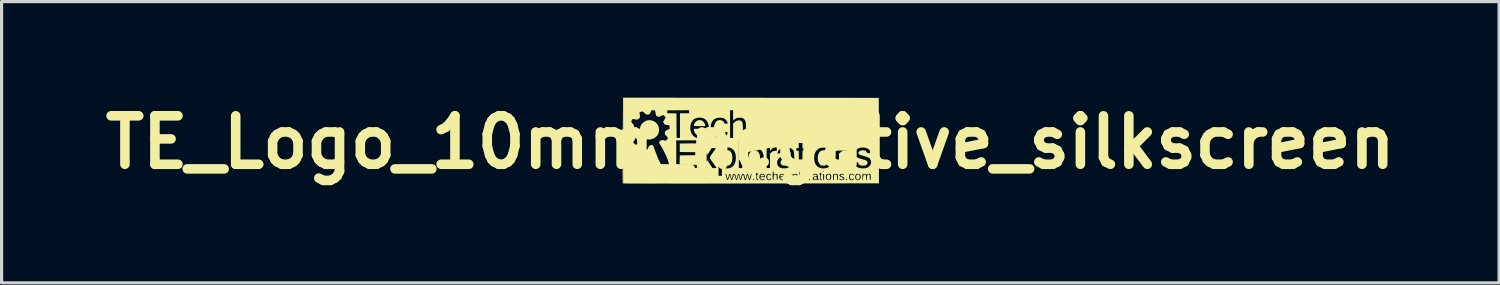
<source format=kicad_pcb>
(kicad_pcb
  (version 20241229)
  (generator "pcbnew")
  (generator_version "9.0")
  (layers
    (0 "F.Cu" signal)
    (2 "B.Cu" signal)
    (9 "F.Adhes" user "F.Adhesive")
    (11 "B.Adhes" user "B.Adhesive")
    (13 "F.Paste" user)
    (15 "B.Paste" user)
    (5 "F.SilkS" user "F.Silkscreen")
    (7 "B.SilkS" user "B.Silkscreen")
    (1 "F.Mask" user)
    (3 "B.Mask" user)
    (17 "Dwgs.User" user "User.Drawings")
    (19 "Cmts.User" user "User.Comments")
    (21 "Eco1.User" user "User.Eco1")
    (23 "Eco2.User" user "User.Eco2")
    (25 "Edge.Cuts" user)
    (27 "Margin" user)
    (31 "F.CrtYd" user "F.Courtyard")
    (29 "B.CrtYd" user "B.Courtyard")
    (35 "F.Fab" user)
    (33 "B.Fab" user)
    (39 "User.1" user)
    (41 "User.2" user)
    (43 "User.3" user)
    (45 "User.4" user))
  (footprint "TE_Logo_10mm_negative_silkscreen"
    (layer "F.Cu")
    (at 20.545 1.426)
    (property "Reference" "TE_Logo_10mm_negative_silkscreen" (at 0 0 0) (layer "F.SilkS") (effects (font (size 1.524 1.524) (thickness 0.3))))
    (attr board_only exclude_from_pos_files exclude_from_bom)
    (fp_poly (pts (xy -3.98 -1.421) (xy -3.985 -1.415) (xy -3.99 -1.421) (xy -3.985 -1.426)) (stroke (width 0) (type solid)) (fill yes) (layer "F.SilkS"))
    (fp_poly (pts (xy 4.065 1.272) (xy 4.06 1.277) (xy 4.054 1.272) (xy 4.06 1.266)) (stroke (width 0) (type solid)) (fill yes) (layer "F.SilkS"))
    (fp_poly (pts (xy 2.082 1.096) (xy 2.095 1.111) (xy 2.089 1.133) (xy 2.076 1.149) (xy 2.048 1.167) (xy 2.021 1.17) (xy 2.001 1.157) (xy 1.994 1.143) (xy 1.993 1.116) (xy 2.008 1.1) (xy 2.041 1.092) (xy 2.05 1.092)) (stroke (width 0) (type solid)) (fill yes) (layer "F.SilkS"))
    (fp_poly (pts (xy 1.026 1.016) (xy 1.043 1.032) (xy 1.05 1.055) (xy 1.04 1.068) (xy 1.013 1.074) (xy 0.995 1.075) (xy 0.965 1.073) (xy 0.945 1.067) (xy 0.942 1.064) (xy 0.94 1.044) (xy 0.953 1.025) (xy 0.978 1.013) (xy 0.995 1.011)) (stroke (width 0) (type solid)) (fill yes) (layer "F.SilkS"))
    (fp_poly (pts (xy 0.405 1.019) (xy 0.423 1.04) (xy 0.426 1.056) (xy 0.422 1.067) (xy 0.408 1.073) (xy 0.379 1.075) (xy 0.372 1.075) (xy 0.34 1.073) (xy 0.324 1.068) (xy 0.319 1.058) (xy 0.319 1.056) (xy 0.328 1.029) (xy 0.353 1.013) (xy 0.372 1.011)) (stroke (width 0) (type solid)) (fill yes) (layer "F.SilkS"))
    (fp_poly (pts (xy 1.435 1.017) (xy 1.451 1.036) (xy 1.457 1.072) (xy 1.458 1.091) (xy 1.455 1.124) (xy 1.449 1.15) (xy 1.445 1.158) (xy 1.42 1.17) (xy 1.391 1.166) (xy 1.368 1.147) (xy 1.354 1.114) (xy 1.353 1.078) (xy 1.363 1.045) (xy 1.381 1.021) (xy 1.408 1.011) (xy 1.408 1.011)) (stroke (width 0) (type solid)) (fill yes) (layer "F.SilkS"))
    (fp_poly (pts (xy 1.736 1.014) (xy 1.746 1.023) (xy 1.76 1.06) (xy 1.762 1.103) (xy 1.754 1.135) (xy 1.733 1.16) (xy 1.704 1.169) (xy 1.676 1.162) (xy 1.667 1.154) (xy 1.655 1.13) (xy 1.65 1.096) (xy 1.652 1.059) (xy 1.662 1.03) (xy 1.663 1.028) (xy 1.684 1.013) (xy 1.712 1.009)) (stroke (width 0) (type solid)) (fill yes) (layer "F.SilkS"))
    (fp_poly (pts (xy 2.47 1.006) (xy 2.485 1.015) (xy 2.502 1.031) (xy 2.51 1.052) (xy 2.511 1.081) (xy 2.508 1.127) (xy 2.495 1.156) (xy 2.473 1.169) (xy 2.457 1.171) (xy 2.433 1.167) (xy 2.418 1.152) (xy 2.41 1.134) (xy 2.4 1.091) (xy 2.406 1.051) (xy 2.426 1.02) (xy 2.433 1.014) (xy 2.453 1.004)) (stroke (width 0) (type solid)) (fill yes) (layer "F.SilkS"))
    (fp_poly (pts (xy 3.415 1.018) (xy 3.43 1.039) (xy 3.437 1.073) (xy 3.437 1.109) (xy 3.429 1.141) (xy 3.42 1.154) (xy 3.395 1.168) (xy 3.367 1.169) (xy 3.344 1.158) (xy 3.344 1.157) (xy 3.334 1.138) (xy 3.327 1.109) (xy 3.326 1.107) (xy 3.326 1.067) (xy 3.339 1.035) (xy 3.36 1.014) (xy 3.387 1.008)) (stroke (width 0) (type solid)) (fill yes) (layer "F.SilkS"))
    (fp_poly (pts (xy -1.54 -0.69) (xy -1.494 -0.665) (xy -1.456 -0.626) (xy -1.428 -0.572) (xy -1.421 -0.545) (xy -1.414 -0.511) (xy -1.595 -0.511) (xy -1.662 -0.511) (xy -1.711 -0.512) (xy -1.744 -0.514) (xy -1.764 -0.516) (xy -1.774 -0.521) (xy -1.777 -0.527) (xy -1.777 -0.527) (xy -1.773 -0.547) (xy -1.763 -0.576) (xy -1.761 -0.583) (xy -1.729 -0.637) (xy -1.687 -0.674) (xy -1.64 -0.695) (xy -1.589 -0.7)) (stroke (width 0) (type solid)) (fill yes) (layer "F.SilkS"))
    (fp_poly (pts (xy 1.277 0.574) (xy 1.276 0.613) (xy 1.273 0.638) (xy 1.264 0.655) (xy 1.248 0.671) (xy 1.242 0.676) (xy 1.211 0.699) (xy 1.178 0.718) (xy 1.174 0.72) (xy 1.128 0.732) (xy 1.077 0.734) (xy 1.027 0.727) (xy 0.993 0.714) (xy 0.962 0.687) (xy 0.949 0.652) (xy 0.952 0.611) (xy 0.97 0.571) (xy 1.007 0.539) (xy 1.061 0.517) (xy 1.133 0.504) (xy 1.2 0.5) (xy 1.277 0.5)) (stroke (width 0) (type solid)) (fill yes) (layer "F.SilkS"))
    (fp_poly (pts (xy 0.164 0.251) (xy 0.215 0.273) (xy 0.247 0.3) (xy 0.277 0.346) (xy 0.297 0.405) (xy 0.306 0.471) (xy 0.304 0.539) (xy 0.291 0.602) (xy 0.275 0.641) (xy 0.237 0.689) (xy 0.19 0.721) (xy 0.136 0.735) (xy 0.079 0.729) (xy 0.042 0.715) (xy 0.002 0.682) (xy -0.028 0.634) (xy -0.047 0.572) (xy -0.053 0.501) (xy -0.05 0.432) (xy -0.04 0.378) (xy -0.021 0.335) (xy 0.007 0.299) (xy 0.01 0.296) (xy 0.057 0.263) (xy 0.11 0.248)) (stroke (width 0) (type solid)) (fill yes) (layer "F.SilkS"))
    (fp_poly (pts (xy 2.358 0.259) (xy 2.406 0.286) (xy 2.442 0.329) (xy 2.466 0.39) (xy 2.477 0.468) (xy 2.477 0.542) (xy 2.466 0.601) (xy 2.443 0.65) (xy 2.416 0.684) (xy 2.391 0.709) (xy 2.37 0.722) (xy 2.342 0.729) (xy 2.313 0.731) (xy 2.275 0.731) (xy 2.243 0.728) (xy 2.229 0.725) (xy 2.188 0.696) (xy 2.155 0.65) (xy 2.132 0.592) (xy 2.12 0.523) (xy 2.12 0.459) (xy 2.132 0.384) (xy 2.158 0.325) (xy 2.195 0.283) (xy 2.244 0.258) (xy 2.298 0.25)) (stroke (width 0) (type solid)) (fill yes) (layer "F.SilkS"))
    (fp_poly (pts (xy -0.656 0.264) (xy -0.618 0.296) (xy -0.61 0.307) (xy -0.585 0.358) (xy -0.571 0.418) (xy -0.566 0.483) (xy -0.571 0.549) (xy -0.584 0.61) (xy -0.606 0.662) (xy -0.636 0.701) (xy -0.651 0.713) (xy -0.696 0.729) (xy -0.748 0.733) (xy -0.798 0.724) (xy -0.814 0.717) (xy -0.844 0.7) (xy -0.865 0.685) (xy -0.879 0.667) (xy -0.888 0.642) (xy -0.892 0.607) (xy -0.894 0.557) (xy -0.894 0.504) (xy -0.894 0.351) (xy -0.852 0.309) (xy -0.803 0.272) (xy -0.752 0.252) (xy -0.702 0.249)) (stroke (width 0) (type solid)) (fill yes) (layer "F.SilkS"))
    (fp_poly (pts (xy -3.125 -0.694) (xy -3.05 -0.671) (xy -3.041 -0.667) (xy -2.972 -0.623) (xy -2.921 -0.566) (xy -2.887 -0.498) (xy -2.871 -0.42) (xy -2.871 -0.393) (xy -2.879 -0.317) (xy -2.904 -0.251) (xy -2.948 -0.191) (xy -2.958 -0.181) (xy -3.016 -0.136) (xy -3.082 -0.105) (xy -3.151 -0.09) (xy -3.219 -0.092) (xy -3.251 -0.099) (xy -3.31 -0.123) (xy -3.355 -0.151) (xy -3.397 -0.19) (xy -3.402 -0.196) (xy -3.446 -0.261) (xy -3.471 -0.332) (xy -3.478 -0.406) (xy -3.465 -0.479) (xy -3.434 -0.548) (xy -3.404 -0.59) (xy -3.343 -0.644) (xy -3.275 -0.68) (xy -3.201 -0.697)) (stroke (width 0) (type solid)) (fill yes) (layer "F.SilkS"))
    (fp_poly (pts (xy -4.012 -0.053) (xy -4.006 1.293) (xy 0.016 1.298) (xy 4.038 1.304) (xy 0.021 1.306) (xy -0.343 1.306) (xy -0.686 1.307) (xy -1.009 1.307) (xy -1.312 1.307) (xy -1.596 1.307) (xy -1.861 1.307) (xy -2.108 1.307) (xy -2.337 1.307) (xy -2.549 1.307) (xy -2.744 1.306) (xy -2.923 1.306) (xy -3.087 1.306) (xy -3.235 1.305) (xy -3.368 1.305) (xy -3.487 1.304) (xy -3.593 1.304) (xy -3.685 1.303) (xy -3.765 1.303) (xy -3.832 1.302) (xy -3.888 1.301) (xy -3.932 1.3) (xy -3.966 1.299) (xy -3.99 1.298) (xy -4.004 1.297) (xy -4.01 1.296) (xy -4.011 1.289) (xy -4.013 1.273) (xy -4.015 1.246) (xy -4.016 1.207) (xy -4.017 1.156) (xy -4.018 1.091) (xy -4.019 1.013) (xy -4.02 0.919) (xy -4.02 0.81) (xy -4.02 0.684) (xy -4.02 0.54) (xy -4.02 0.378) (xy -4.02 0.196) (xy -4.02 -0.006) (xy -4.02 -0.058) (xy -4.017 -1.399)) (stroke (width 0) (type solid)) (fill yes) (layer "F.SilkS"))
    (fp_poly (pts (xy 0.019 -1.402) (xy 4.038 -1.399) (xy 4.041 -0.056) (xy 4.044 1.288) (xy -4.001 1.288) (xy -4.001 -0.364) (xy -3.804 -0.364) (xy -3.804 -0.25) (xy -3.727 -0.239) (xy -3.689 -0.232) (xy -3.66 -0.227) (xy -3.647 -0.223) (xy -3.646 -0.223) (xy -3.62 -0.185) (xy -3.61 -0.153) (xy -3.614 -0.121) (xy -3.634 -0.082) (xy -3.645 -0.067) (xy -3.664 -0.037) (xy -3.678 -0.013) (xy -3.682 -0.003) (xy -3.675 0.01) (xy -3.657 0.03) (xy -3.644 0.043) (xy -3.607 0.079) (xy -3.538 0.045) (xy -3.501 0.027) (xy -3.477 0.018) (xy -3.459 0.017) (xy -3.44 0.022) (xy -3.433 0.025) (xy -3.394 0.049) (xy -3.372 0.083) (xy -3.363 0.132) (xy -3.363 0.145) (xy -3.36 0.184) (xy -3.35 0.207) (xy -3.326 0.22) (xy -3.291 0.227) (xy -3.246 0.234) (xy -3.214 0.171) (xy -3.189 0.128) (xy -3.166 0.102) (xy -3.139 0.089) (xy -3.104 0.085) (xy -3.102 0.085) (xy -3.089 0.085) (xy -3.079 0.086) (xy -3.07 0.09) (xy -3.061 0.1) (xy -3.051 0.118) (xy -3.039 0.146) (xy -3.023 0.187) (xy -3.003 0.242) (xy -2.976 0.315) (xy -2.969 0.335) (xy -2.924 0.454) (xy -2.881 0.553) (xy -2.839 0.637) (xy -2.798 0.706) (xy -2.758 0.761) (xy -2.719 0.806) (xy -2.686 0.835) (xy -2.656 0.848) (xy -2.625 0.847) (xy -2.602 0.841) (xy -2.577 0.823) (xy -2.559 0.795) (xy -2.552 0.753) (xy -2.557 0.695) (xy -2.574 0.622) (xy -2.603 0.536) (xy -2.644 0.436) (xy -2.696 0.325) (xy -2.724 0.27) (xy -2.754 0.214) (xy -2.784 0.159) (xy -2.811 0.112) (xy -2.833 0.076) (xy -2.837 0.07) (xy -2.858 0.037) (xy -2.868 0.014) (xy -2.869 -0.002) (xy -2.864 -0.016) (xy -2.847 -0.038) (xy -2.819 -0.058) (xy -2.814 -0.061) (xy -2.786 -0.071) (xy -2.761 -0.073) (xy -2.729 -0.066) (xy -2.695 -0.058) (xy -2.668 -0.054) (xy -2.661 -0.053) (xy -2.643 -0.062) (xy -2.641 -0.064) (xy -2.33 -0.064) (xy -2.33 0.809) (xy -1.68 0.809) (xy -1.681 0.802) (xy -1.639 0.802) (xy -1.629 0.806) (xy -1.604 0.808) (xy -1.575 0.809) (xy -1.511 0.809) (xy -1.462 0.732) (xy -1.435 0.689) (xy -1.408 0.646) (xy -1.386 0.612) (xy -1.383 0.608) (xy -1.353 0.561) (xy -1.273 0.685) (xy -1.192 0.809) (xy -1.128 0.809) (xy -1.094 0.808) (xy -1.071 0.805) (xy -1.064 0.803) (xy -1.07 0.792) (xy -1.086 0.768) (xy -1.111 0.732) (xy -1.142 0.688) (xy -1.168 0.651) (xy -1.204 0.602) (xy -1.235 0.558) (xy -1.259 0.523) (xy -1.276 0.5) (xy -1.281 0.492) (xy -1.278 0.477) (xy -1.262 0.448) (xy -1.234 0.403) (xy -1.194 0.345) (xy -1.187 0.336) (xy -1.153 0.288) (xy -1.124 0.246) (xy -1.102 0.213) (xy -1.088 0.192) (xy -1.085 0.187) (xy -1.095 0.184) (xy -1.12 0.182) (xy -1.152 0.181) (xy -1.218 0.181) (xy -1.28 0.282) (xy -1.306 0.323) (xy -1.328 0.357) (xy -1.343 0.38) (xy -1.35 0.387) (xy -1.358 0.381) (xy -1.375 0.359) (xy -1.397 0.326) (xy -1.422 0.289) (xy -1.486 0.186) (xy -1.557 0.183) (xy -1.606 0.181) (xy -1 0.181) (xy -1 1.053) (xy -0.894 1.053) (xy -0.894 0.997) (xy -0.785 0.997) (xy -0.784 1.005) (xy -0.778 1.022) (xy -0.769 1.054) (xy -0.758 1.094) (xy -0.754 1.107) (xy -0.739 1.156) (xy -0.725 1.183) (xy -0.712 1.19) (xy -0.699 1.175) (xy -0.685 1.14) (xy -0.677 1.109) (xy -0.666 1.072) (xy -0.657 1.045) (xy -0.65 1.032) (xy -0.65 1.032) (xy -0.644 1.042) (xy -0.635 1.067) (xy -0.626 1.103) (xy -0.623 1.113) (xy -0.611 1.159) (xy -0.598 1.185) (xy -0.586 1.191) (xy -0.572 1.176) (xy -0.557 1.14) (xy -0.543 1.093) (xy -0.53 1.052) (xy -0.52 1.021) (xy -0.512 1.003) (xy -0.51 1) (xy -0.505 1.01) (xy -0.495 1.035) (xy -0.484 1.072) (xy -0.478 1.093) (xy -0.461 1.147) (xy -0.447 1.179) (xy -0.434 1.191) (xy -0.421 1.182) (xy -0.409 1.153) (xy -0.399 1.115) (xy -0.389 1.076) (xy -0.38 1.045) (xy -0.375 1.028) (xy -0.374 1.027) (xy -0.369 1.032) (xy -0.361 1.053) (xy -0.35 1.087) (xy -0.347 1.102) (xy -0.332 1.152) (xy -0.318 1.182) (xy -0.305 1.19) (xy -0.292 1.177) (xy -0.278 1.144) (xy -0.266 1.101) (xy -0.254 1.06) (xy -0.243 1.027) (xy -0.235 1.008) (xy -0.233 1.005) (xy -0.226 1.012) (xy -0.217 1.034) (xy -0.205 1.068) (xy -0.194 1.109) (xy -0.185 1.15) (xy -0.175 1.175) (xy -0.16 1.19) (xy -0.145 1.191) (xy -0.142 1.189) (xy -0.137 1.176) (xy -0.129 1.149) (xy -0.118 1.112) (xy -0.117 1.107) (xy -0.107 1.069) (xy -0.098 1.04) (xy -0.093 1.026) (xy -0.092 1.025) (xy -0.088 1.032) (xy -0.08 1.056) (xy -0.071 1.091) (xy -0.068 1.102) (xy -0.054 1.151) (xy -0.039 1.182) (xy -0.025 1.193) (xy -0.015 1.189) (xy -0.009 1.176) (xy -0.007 1.171) (xy 0.085 1.171) (xy 0.092 1.188) (xy 0.101 1.192) (xy 0.114 1.183) (xy 0.117 1.171) (xy 0.11 1.153) (xy 0.101 1.149) (xy 0.088 1.158) (xy 0.085 1.171) (xy -0.007 1.171) (xy 0.000088 1.149) (xy 0.011 1.113) (xy 0.021 1.073) (xy 0.03 1.036) (xy 0.036 1.008) (xy 0.037 1) (xy 0.16 1) (xy 0.168 1.01) (xy 0.176 1.011) (xy 0.184 1.015) (xy 0.189 1.03) (xy 0.191 1.059) (xy 0.192 1.094) (xy 0.192 1.135) (xy 0.195 1.166) (xy 0.198 1.183) (xy 0.199 1.185) (xy 0.214 1.191) (xy 0.235 1.191) (xy 0.252 1.186) (xy 0.255 1.181) (xy 0.247 1.172) (xy 0.241 1.171) (xy 0.227 1.165) (xy 0.218 1.146) (xy 0.214 1.111) (xy 0.213 1.096) (xy 0.283 1.096) (xy 0.285 1.115) (xy 0.3 1.151) (xy 0.328 1.177) (xy 0.365 1.19) (xy 0.403 1.189) (xy 0.43 1.175) (xy 0.444 1.16) (xy 0.44 1.149) (xy 0.426 1.145) (xy 0.415 1.154) (xy 0.391 1.169) (xy 0.362 1.168) (xy 0.335 1.153) (xy 0.316 1.126) (xy 0.314 1.12) (xy 0.312 1.108) (xy 0.316 1.1) (xy 0.331 1.097) (xy 0.361 1.096) (xy 0.382 1.096) (xy 0.422 1.095) (xy 0.444 1.093) (xy 0.455 1.087) (xy 0.456 1.081) (xy 0.499 1.081) (xy 0.504 1.123) (xy 0.52 1.158) (xy 0.526 1.166) (xy 0.56 1.187) (xy 0.597 1.191) (xy 0.631 1.177) (xy 0.638 1.171) (xy 0.654 1.151) (xy 0.66 1.139) (xy 0.653 1.128) (xy 0.639 1.131) (xy 0.623 1.145) (xy 0.62 1.149) (xy 0.598 1.167) (xy 0.571 1.168) (xy 0.549 1.154) (xy 0.538 1.132) (xy 0.533 1.099) (xy 0.533 1.064) (xy 0.535 1.054) (xy 0.702 1.054) (xy 0.703 1.114) (xy 0.704 1.154) (xy 0.707 1.178) (xy 0.712 1.189) (xy 0.716 1.189) (xy 0.724 1.176) (xy 0.73 1.143) (xy 0.732 1.112) (xy 0.736 1.064) (xy 0.744 1.033) (xy 0.758 1.017) (xy 0.779 1.011) (xy 0.788 1.011) (xy 0.807 1.013) (xy 0.819 1.023) (xy 0.826 1.044) (xy 0.829 1.08) (xy 0.83 1.119) (xy 0.831 1.16) (xy 0.835 1.183) (xy 0.841 1.19) (xy 0.843 1.189) (xy 0.851 1.177) (xy 0.857 1.149) (xy 0.86 1.113) (xy 0.86 1.108) (xy 0.907 1.108) (xy 0.921 1.147) (xy 0.945 1.176) (xy 0.978 1.192) (xy 1.014 1.192) (xy 1.035 1.182) (xy 1.119 1.182) (xy 1.12 1.19) (xy 1.128 1.192) (xy 1.139 1.184) (xy 1.157 1.163) (xy 1.166 1.149) (xy 1.184 1.124) (xy 1.196 1.109) (xy 1.198 1.107) (xy 1.206 1.115) (xy 1.22 1.135) (xy 1.229 1.149) (xy 1.248 1.174) (xy 1.266 1.19) (xy 1.272 1.192) (xy 1.279 1.187) (xy 1.274 1.172) (xy 1.256 1.145) (xy 1.245 1.128) (xy 1.324 1.128) (xy 1.324 1.187) (xy 1.325 1.227) (xy 1.328 1.252) (xy 1.332 1.264) (xy 1.337 1.266) (xy 1.347 1.257) (xy 1.351 1.23) (xy 1.351 1.218) (xy 1.354 1.186) (xy 1.362 1.171) (xy 1.373 1.174) (xy 1.378 1.181) (xy 1.395 1.191) (xy 1.422 1.191) (xy 1.45 1.183) (xy 1.468 1.171) (xy 1.483 1.144) (xy 1.49 1.106) (xy 1.489 1.064) (xy 1.487 1.053) (xy 1.543 1.053) (xy 1.544 1.113) (xy 1.546 1.157) (xy 1.55 1.184) (xy 1.554 1.192) (xy 1.558 1.182) (xy 1.562 1.152) (xy 1.563 1.114) (xy 1.618 1.114) (xy 1.622 1.136) (xy 1.633 1.154) (xy 1.642 1.164) (xy 1.678 1.187) (xy 1.719 1.19) (xy 1.75 1.179) (xy 1.774 1.158) (xy 1.788 1.123) (xy 1.792 1.091) (xy 1.841 1.091) (xy 1.841 1.139) (xy 1.844 1.169) (xy 1.848 1.186) (xy 1.855 1.192) (xy 1.857 1.192) (xy 1.866 1.187) (xy 1.871 1.171) (xy 1.873 1.139) (xy 1.873 1.125) (xy 1.958 1.125) (xy 1.963 1.154) (xy 1.976 1.172) (xy 2.003 1.189) (xy 2.037 1.189) (xy 2.067 1.173) (xy 2.083 1.161) (xy 2.092 1.164) (xy 2.098 1.173) (xy 2.112 1.186) (xy 2.131 1.192) (xy 2.146 1.189) (xy 2.149 1.181) (xy 2.142 1.171) (xy 2.14 1.171) (xy 2.135 1.161) (xy 2.13 1.135) (xy 2.127 1.099) (xy 2.126 1.097) (xy 2.121 1.048) (xy 2.112 1.016) (xy 2.094 0.998) (xy 2.092 0.997) (xy 2.16 0.997) (xy 2.166 1.003) (xy 2.173 1.006) (xy 2.183 1.013) (xy 2.189 1.028) (xy 2.191 1.056) (xy 2.192 1.095) (xy 2.193 1.135) (xy 2.195 1.167) (xy 2.198 1.184) (xy 2.199 1.185) (xy 2.215 1.191) (xy 2.236 1.191) (xy 2.252 1.186) (xy 2.256 1.181) (xy 2.247 1.172) (xy 2.241 1.171) (xy 2.227 1.165) (xy 2.218 1.146) (xy 2.214 1.111) (xy 2.214 1.084) (xy 2.288 1.084) (xy 2.289 1.126) (xy 2.291 1.161) (xy 2.293 1.181) (xy 2.295 1.185) (xy 2.306 1.191) (xy 2.313 1.184) (xy 2.318 1.161) (xy 2.32 1.119) (xy 2.32 1.092) (xy 2.373 1.092) (xy 2.375 1.128) (xy 2.382 1.15) (xy 2.397 1.167) (xy 2.401 1.17) (xy 2.44 1.189) (xy 2.479 1.188) (xy 2.515 1.168) (xy 2.517 1.166) (xy 2.535 1.142) (xy 2.542 1.113) (xy 2.543 1.091) (xy 2.596 1.091) (xy 2.597 1.138) (xy 2.6 1.173) (xy 2.605 1.19) (xy 2.607 1.192) (xy 2.619 1.185) (xy 2.619 1.184) (xy 2.621 1.17) (xy 2.622 1.141) (xy 2.623 1.11) (xy 2.628 1.061) (xy 2.638 1.03) (xy 2.657 1.015) (xy 2.682 1.011) (xy 2.701 1.013) (xy 2.714 1.023) (xy 2.721 1.044) (xy 2.724 1.08) (xy 2.724 1.119) (xy 2.725 1.16) (xy 2.729 1.183) (xy 2.736 1.19) (xy 2.737 1.189) (xy 2.745 1.177) (xy 2.75 1.154) (xy 2.799 1.154) (xy 2.808 1.173) (xy 2.832 1.186) (xy 2.864 1.191) (xy 2.898 1.189) (xy 2.929 1.178) (xy 2.938 1.172) (xy 2.939 1.171) (xy 3.011 1.171) (xy 3.018 1.188) (xy 3.027 1.192) (xy 3.04 1.183) (xy 3.043 1.171) (xy 3.037 1.153) (xy 3.027 1.149) (xy 3.014 1.158) (xy 3.011 1.171) (xy 2.939 1.171) (xy 2.955 1.154) (xy 2.956 1.134) (xy 2.953 1.122) (xy 2.94 1.101) (xy 2.916 1.085) (xy 2.905 1.081) (xy 3.101 1.081) (xy 3.104 1.122) (xy 3.116 1.158) (xy 3.137 1.181) (xy 3.173 1.191) (xy 3.213 1.185) (xy 3.232 1.175) (xy 3.25 1.158) (xy 3.256 1.143) (xy 3.251 1.129) (xy 3.237 1.134) (xy 3.221 1.149) (xy 3.196 1.168) (xy 3.172 1.169) (xy 3.151 1.155) (xy 3.136 1.129) (xy 3.131 1.1) (xy 3.295 1.1) (xy 3.305 1.141) (xy 3.32 1.165) (xy 3.354 1.188) (xy 3.393 1.191) (xy 3.43 1.177) (xy 3.443 1.166) (xy 3.46 1.143) (xy 3.468 1.116) (xy 3.469 1.091) (xy 3.522 1.091) (xy 3.523 1.138) (xy 3.526 1.173) (xy 3.531 1.19) (xy 3.533 1.192) (xy 3.538 1.182) (xy 3.542 1.156) (xy 3.543 1.125) (xy 3.548 1.069) (xy 3.563 1.031) (xy 3.587 1.013) (xy 3.601 1.011) (xy 3.619 1.014) (xy 3.63 1.025) (xy 3.636 1.049) (xy 3.639 1.088) (xy 3.639 1.118) (xy 3.641 1.156) (xy 3.644 1.182) (xy 3.65 1.192) (xy 3.656 1.191) (xy 3.66 1.186) (xy 3.663 1.172) (xy 3.664 1.146) (xy 3.666 1.109) (xy 3.671 1.06) (xy 3.682 1.029) (xy 3.701 1.014) (xy 3.719 1.011) (xy 3.736 1.014) (xy 3.747 1.026) (xy 3.753 1.049) (xy 3.756 1.089) (xy 3.756 1.119) (xy 3.757 1.16) (xy 3.761 1.183) (xy 3.768 1.19) (xy 3.77 1.189) (xy 3.778 1.177) (xy 3.784 1.149) (xy 3.786 1.113) (xy 3.786 1.074) (xy 3.782 1.039) (xy 3.78 1.03) (xy 3.77 1.005) (xy 3.753 0.994) (xy 3.736 0.992) (xy 3.699 0.996) (xy 3.681 1.006) (xy 3.666 1.018) (xy 3.658 1.015) (xy 3.654 1.007) (xy 3.64 0.995) (xy 3.614 0.99) (xy 3.586 0.993) (xy 3.566 1.003) (xy 3.553 1.011) (xy 3.547 1.003) (xy 3.538 0.988) (xy 3.531 0.993) (xy 3.526 1.017) (xy 3.523 1.058) (xy 3.522 1.091) (xy 3.469 1.091) (xy 3.469 1.086) (xy 3.464 1.039) (xy 3.446 1.009) (xy 3.415 0.993) (xy 3.379 0.99) (xy 3.346 0.992) (xy 3.326 1.001) (xy 3.313 1.017) (xy 3.298 1.056) (xy 3.295 1.1) (xy 3.131 1.1) (xy 3.13 1.095) (xy 3.133 1.056) (xy 3.139 1.038) (xy 3.152 1.018) (xy 3.176 1.011) (xy 3.182 1.011) (xy 3.208 1.016) (xy 3.22 1.027) (xy 3.232 1.039) (xy 3.247 1.043) (xy 3.256 1.036) (xy 3.256 1.033) (xy 3.247 1.012) (xy 3.223 0.998) (xy 3.192 0.991) (xy 3.16 0.992) (xy 3.132 1.003) (xy 3.125 1.009) (xy 3.108 1.041) (xy 3.101 1.081) (xy 2.905 1.081) (xy 2.889 1.075) (xy 2.855 1.061) (xy 2.839 1.047) (xy 2.836 1.037) (xy 2.842 1.021) (xy 2.863 1.014) (xy 2.871 1.013) (xy 2.9 1.014) (xy 2.922 1.022) (xy 2.922 1.022) (xy 2.939 1.03) (xy 2.945 1.023) (xy 2.937 1.006) (xy 2.916 0.994) (xy 2.884 0.99) (xy 2.85 0.992) (xy 2.822 1.001) (xy 2.815 1.006) (xy 2.799 1.032) (xy 2.804 1.057) (xy 2.83 1.079) (xy 2.87 1.097) (xy 2.905 1.113) (xy 2.924 1.131) (xy 2.925 1.15) (xy 2.914 1.161) (xy 2.887 1.17) (xy 2.856 1.168) (xy 2.832 1.157) (xy 2.83 1.155) (xy 2.813 1.14) (xy 2.801 1.143) (xy 2.799 1.154) (xy 2.75 1.154) (xy 2.751 1.149) (xy 2.754 1.113) (xy 2.754 1.075) (xy 2.751 1.04) (xy 2.746 1.018) (xy 2.735 0.999) (xy 2.717 0.991) (xy 2.695 0.99) (xy 2.664 0.993) (xy 2.642 1.001) (xy 2.64 1.003) (xy 2.627 1.011) (xy 2.621 1.003) (xy 2.612 0.988) (xy 2.605 0.993) (xy 2.6 1.017) (xy 2.597 1.058) (xy 2.596 1.091) (xy 2.543 1.091) (xy 2.543 1.088) (xy 2.539 1.041) (xy 2.524 1.01) (xy 2.497 0.994) (xy 2.458 0.99) (xy 2.418 0.994) (xy 2.392 1.01) (xy 2.378 1.041) (xy 2.373 1.088) (xy 2.373 1.092) (xy 2.32 1.092) (xy 2.32 1.091) (xy 2.319 1.043) (xy 2.317 1.012) (xy 2.313 0.996) (xy 2.306 0.99) (xy 2.304 0.99) (xy 2.296 0.993) (xy 2.291 1.007) (xy 2.289 1.035) (xy 2.288 1.079) (xy 2.288 1.084) (xy 2.214 1.084) (xy 2.213 1.074) (xy 2.214 1.039) (xy 2.218 1.02) (xy 2.225 1.012) (xy 2.235 1.011) (xy 2.252 1.006) (xy 2.256 1) (xy 2.247 0.991) (xy 2.239 0.99) (xy 2.223 0.981) (xy 2.216 0.968) (xy 2.207 0.951) (xy 2.197 0.948) (xy 2.192 0.962) (xy 2.192 0.962) (xy 2.184 0.98) (xy 2.173 0.988) (xy 2.16 0.997) (xy 2.092 0.997) (xy 2.067 0.99) (xy 2.048 0.99) (xy 2.016 0.993) (xy 1.99 1.003) (xy 1.975 1.016) (xy 1.975 1.028) (xy 1.981 1.033) (xy 1.997 1.034) (xy 2.004 1.026) (xy 2.021 1.014) (xy 2.047 1.012) (xy 2.073 1.018) (xy 2.085 1.026) (xy 2.095 1.047) (xy 2.085 1.062) (xy 2.054 1.07) (xy 2.044 1.071) (xy 2.001 1.08) (xy 1.972 1.099) (xy 1.958 1.125) (xy 1.873 1.125) (xy 1.873 1.122) (xy 1.876 1.068) (xy 1.885 1.033) (xy 1.9 1.014) (xy 1.916 1.011) (xy 1.933 1.006) (xy 1.937 1) (xy 1.929 0.991) (xy 1.91 0.991) (xy 1.891 0.998) (xy 1.886 1.002) (xy 1.875 1.01) (xy 1.873 1.002) (xy 1.864 0.991) (xy 1.857 0.99) (xy 1.849 0.993) (xy 1.844 1.006) (xy 1.842 1.033) (xy 1.841 1.076) (xy 1.841 1.091) (xy 1.792 1.091) (xy 1.793 1.083) (xy 1.787 1.042) (xy 1.769 1.009) (xy 1.769 1.008) (xy 1.746 0.995) (xy 1.712 0.99) (xy 1.676 0.992) (xy 1.647 1.002) (xy 1.644 1.004) (xy 1.63 1.024) (xy 1.622 1.061) (xy 1.62 1.078) (xy 1.618 1.114) (xy 1.563 1.114) (xy 1.564 1.106) (xy 1.564 1.053) (xy 1.563 0.994) (xy 1.561 0.95) (xy 1.558 0.926) (xy 2.288 0.926) (xy 2.296 0.935) (xy 2.304 0.936) (xy 2.318 0.931) (xy 2.32 0.926) (xy 2.311 0.916) (xy 2.304 0.915) (xy 2.29 0.921) (xy 2.288 0.926) (xy 1.558 0.926) (xy 1.558 0.923) (xy 1.554 0.915) (xy 1.549 0.925) (xy 1.546 0.955) (xy 1.544 1.001) (xy 1.543 1.053) (xy 1.487 1.053) (xy 1.481 1.027) (xy 1.473 1.013) (xy 1.45 0.996) (xy 1.417 0.989) (xy 1.386 0.995) (xy 1.373 1.003) (xy 1.361 1.011) (xy 1.355 1.003) (xy 1.342 0.991) (xy 1.337 0.99) (xy 1.332 0.997) (xy 1.328 1.022) (xy 1.325 1.064) (xy 1.324 1.127) (xy 1.324 1.128) (xy 1.245 1.128) (xy 1.238 1.116) (xy 1.226 1.094) (xy 1.224 1.086) (xy 1.229 1.07) (xy 1.243 1.045) (xy 1.25 1.034) (xy 1.266 1.007) (xy 1.267 0.992) (xy 1.264 0.991) (xy 1.249 0.995) (xy 1.24 1.005) (xy 1.225 1.029) (xy 1.212 1.046) (xy 1.201 1.058) (xy 1.192 1.058) (xy 1.181 1.043) (xy 1.171 1.028) (xy 1.153 1.004) (xy 1.136 0.991) (xy 1.132 0.99) (xy 1.126 0.995) (xy 1.134 1.013) (xy 1.149 1.037) (xy 1.182 1.085) (xy 1.15 1.133) (xy 1.129 1.164) (xy 1.119 1.182) (xy 1.035 1.182) (xy 1.052 1.174) (xy 1.054 1.172) (xy 1.069 1.156) (xy 1.067 1.146) (xy 1.052 1.147) (xy 1.043 1.155) (xy 1.019 1.169) (xy 0.989 1.169) (xy 0.962 1.156) (xy 0.953 1.147) (xy 0.939 1.123) (xy 0.938 1.108) (xy 0.953 1.1) (xy 0.986 1.096) (xy 1.012 1.096) (xy 1.088 1.096) (xy 1.081 1.062) (xy 1.066 1.021) (xy 1.04 0.998) (xy 1 0.99) (xy 0.995 0.99) (xy 0.953 0.996) (xy 0.926 1.018) (xy 0.91 1.057) (xy 0.909 1.062) (xy 0.907 1.108) (xy 0.86 1.108) (xy 0.86 1.075) (xy 0.857 1.04) (xy 0.852 1.018) (xy 0.841 0.999) (xy 0.823 0.991) (xy 0.8 0.99) (xy 0.771 0.993) (xy 0.749 1.001) (xy 0.747 1.002) (xy 0.739 1.006) (xy 0.735 0.994) (xy 0.734 0.965) (xy 0.732 0.933) (xy 0.726 0.918) (xy 0.718 0.915) (xy 0.712 0.918) (xy 0.707 0.93) (xy 0.704 0.952) (xy 0.703 0.989) (xy 0.702 1.044) (xy 0.702 1.054) (xy 0.535 1.054) (xy 0.538 1.035) (xy 0.545 1.024) (xy 0.57 1.012) (xy 0.6 1.016) (xy 0.618 1.028) (xy 0.639 1.041) (xy 0.651 1.039) (xy 0.65 1.024) (xy 0.643 1.013) (xy 0.619 0.995) (xy 0.585 0.989) (xy 0.549 0.994) (xy 0.521 1.011) (xy 0.504 1.041) (xy 0.499 1.081) (xy 0.456 1.081) (xy 0.458 1.077) (xy 0.458 1.074) (xy 0.451 1.044) (xy 0.436 1.014) (xy 0.421 0.998) (xy 0.399 0.991) (xy 0.366 0.99) (xy 0.334 0.995) (xy 0.319 1) (xy 0.3 1.021) (xy 0.287 1.055) (xy 0.283 1.096) (xy 0.213 1.096) (xy 0.213 1.074) (xy 0.214 1.039) (xy 0.217 1.02) (xy 0.225 1.012) (xy 0.234 1.011) (xy 0.251 1.006) (xy 0.255 1) (xy 0.247 0.991) (xy 0.238 0.99) (xy 0.222 0.981) (xy 0.216 0.968) (xy 0.207 0.951) (xy 0.201 0.947) (xy 0.193 0.956) (xy 0.192 0.968) (xy 0.185 0.986) (xy 0.176 0.99) (xy 0.161 0.995) (xy 0.16 1) (xy 0.037 1) (xy 0.038 0.993) (xy 0.038 0.992) (xy 0.028 0.991) (xy 0.017 1.008) (xy 0.004 1.044) (xy -0.005 1.077) (xy -0.016 1.112) (xy -0.025 1.136) (xy -0.032 1.144) (xy -0.032 1.144) (xy -0.038 1.132) (xy -0.046 1.105) (xy -0.053 1.076) (xy -0.061 1.041) (xy -0.07 1.012) (xy -0.075 1) (xy -0.088 0.99) (xy -0.103 0.999) (xy -0.117 1.025) (xy -0.127 1.06) (xy -0.137 1.105) (xy -0.145 1.132) (xy -0.153 1.141) (xy -0.161 1.132) (xy -0.171 1.103) (xy -0.183 1.054) (xy -0.189 1.032) (xy -0.198 1.006) (xy -0.214 0.995) (xy -0.23 0.992) (xy -0.246 0.991) (xy -0.257 0.995) (xy -0.266 1.009) (xy -0.274 1.037) (xy -0.282 1.069) (xy -0.292 1.107) (xy -0.302 1.135) (xy -0.308 1.149) (xy -0.309 1.149) (xy -0.314 1.14) (xy -0.322 1.114) (xy -0.332 1.078) (xy -0.334 1.069) (xy -0.345 1.027) (xy -0.355 1.002) (xy -0.366 0.991) (xy -0.371 0.99) (xy -0.382 0.995) (xy -0.392 1.012) (xy -0.403 1.046) (xy -0.409 1.069) (xy -0.419 1.107) (xy -0.428 1.135) (xy -0.435 1.149) (xy -0.436 1.149) (xy -0.443 1.14) (xy -0.449 1.117) (xy -0.451 1.109) (xy -0.461 1.056) (xy -0.471 1.02) (xy -0.483 1) (xy -0.499 0.991) (xy -0.51 0.99) (xy -0.527 0.991) (xy -0.539 1) (xy -0.548 1.021) (xy -0.557 1.051) (xy -0.567 1.088) (xy -0.573 1.118) (xy -0.575 1.131) (xy -0.579 1.147) (xy -0.584 1.149) (xy -0.591 1.14) (xy -0.601 1.114) (xy -0.611 1.078) (xy -0.613 1.069) (xy -0.624 1.027) (xy -0.634 1.002) (xy -0.644 0.991) (xy -0.65 0.99) (xy -0.661 0.995) (xy -0.671 1.012) (xy -0.682 1.046) (xy -0.687 1.069) (xy -0.697 1.107) (xy -0.706 1.135) (xy -0.712 1.149) (xy -0.713 1.149) (xy -0.718 1.14) (xy -0.727 1.114) (xy -0.736 1.078) (xy -0.739 1.069) (xy -0.751 1.024) (xy -0.762 0.998) (xy -0.773 0.99) (xy -0.774 0.99) (xy -0.785 0.997) (xy -0.894 0.997) (xy -0.894 0.767) (xy -0.844 0.793) (xy -0.781 0.816) (xy -0.714 0.821) (xy -0.647 0.81) (xy -0.586 0.783) (xy -0.536 0.741) (xy -0.532 0.736) (xy -0.495 0.676) (xy -0.469 0.606) (xy -0.456 0.529) (xy -0.455 0.45) (xy -0.465 0.374) (xy -0.488 0.306) (xy -0.522 0.249) (xy -0.534 0.235) (xy -0.59 0.192) (xy -0.653 0.166) (xy -0.718 0.16) (xy -0.782 0.173) (xy -0.843 0.206) (xy -0.846 0.208) (xy -0.894 0.245) (xy -0.894 0.213) (xy -0.895 0.194) (xy -0.902 0.184) (xy -0.921 0.181) (xy -0.947 0.181) (xy -1 0.181) (xy -1.606 0.181) (xy -1.629 0.18) (xy -1.521 0.329) (xy -1.414 0.479) (xy -1.526 0.637) (xy -1.562 0.688) (xy -1.593 0.733) (xy -1.618 0.769) (xy -1.633 0.793) (xy -1.639 0.802) (xy -1.681 0.802) (xy -1.683 0.758) (xy -1.687 0.708) (xy -1.956 0.705) (xy -2.225 0.702) (xy -2.222 0.556) (xy -2.219 0.41) (xy -1.734 0.404) (xy -1.734 0.309) (xy -2.219 0.303) (xy -2.219 0.037) (xy -1.961 0.034) (xy -1.703 0.032) (xy -1.703 -0.064) (xy -0.362 -0.064) (xy -0.362 0.809) (xy -0.255 0.809) (xy -0.255 0.515) (xy -0.168 0.515) (xy -0.155 0.605) (xy -0.128 0.679) (xy -0.086 0.739) (xy -0.031 0.782) (xy 0.037 0.809) (xy 0.119 0.819) (xy 0.128 0.819) (xy 0.194 0.815) (xy 0.244 0.802) (xy 0.25 0.799) (xy 0.312 0.762) (xy 0.36 0.712) (xy 0.393 0.648) (xy 0.415 0.568) (xy 0.417 0.553) (xy 0.422 0.471) (xy 0.411 0.391) (xy 0.388 0.319) (xy 0.383 0.308) (xy 0.342 0.251) (xy 0.288 0.207) (xy 0.231 0.181) (xy 0.511 0.181) (xy 0.511 0.809) (xy 0.617 0.809) (xy 0.617 0.642) (xy 0.841 0.642) (xy 0.849 0.701) (xy 0.875 0.748) (xy 0.919 0.786) (xy 0.936 0.796) (xy 0.991 0.814) (xy 1.055 0.82) (xy 1.123 0.814) (xy 1.187 0.796) (xy 1.212 0.785) (xy 1.243 0.769) (xy 1.265 0.759) (xy 1.273 0.756) (xy 1.276 0.765) (xy 1.277 0.782) (xy 1.279 0.798) (xy 1.287 0.806) (xy 1.308 0.808) (xy 1.331 0.809) (xy 1.384 0.809) (xy 1.381 0.556) (xy 1.38 0.475) (xy 1.379 0.413) (xy 1.377 0.366) (xy 1.375 0.331) (xy 1.371 0.305) (xy 1.367 0.286) (xy 1.361 0.27) (xy 1.356 0.261) (xy 1.327 0.223) (xy 1.447 0.223) (xy 1.448 0.251) (xy 1.455 0.263) (xy 1.473 0.266) (xy 1.484 0.266) (xy 1.522 0.266) (xy 1.523 0.45) (xy 1.524 0.548) (xy 1.526 0.626) (xy 1.532 0.688) (xy 1.54 0.735) (xy 1.553 0.769) (xy 1.571 0.792) (xy 1.595 0.806) (xy 1.626 0.814) (xy 1.664 0.817) (xy 1.671 0.818) (xy 1.704 0.817) (xy 1.732 0.813) (xy 1.732 0.813) (xy 1.748 0.804) (xy 1.755 0.786) (xy 1.756 0.766) (xy 1.755 0.739) (xy 1.748 0.729) (xy 1.73 0.729) (xy 1.72 0.731) (xy 1.688 0.731) (xy 1.665 0.717) (xy 1.661 0.714) (xy 1.654 0.705) (xy 1.648 0.695) (xy 1.644 0.679) (xy 1.641 0.655) (xy 1.64 0.621) (xy 1.639 0.572) (xy 1.639 0.506) (xy 1.639 0.479) (xy 1.639 0.266) (xy 1.686 0.266) (xy 1.718 0.263) (xy 1.735 0.251) (xy 1.739 0.226) (xy 1.737 0.202) (xy 1.732 0.186) (xy 1.725 0.181) (xy 1.809 0.181) (xy 1.809 0.809) (xy 1.915 0.809) (xy 1.915 0.484) (xy 2.007 0.484) (xy 2.012 0.576) (xy 2.032 0.651) (xy 2.065 0.713) (xy 2.113 0.762) (xy 2.162 0.792) (xy 2.227 0.814) (xy 2.3 0.821) (xy 2.372 0.813) (xy 2.431 0.794) (xy 2.468 0.773) (xy 2.501 0.75) (xy 2.513 0.738) (xy 2.553 0.682) (xy 2.579 0.613) (xy 2.593 0.538) (xy 2.594 0.459) (xy 2.582 0.383) (xy 2.558 0.314) (xy 2.52 0.256) (xy 2.512 0.246) (xy 2.471 0.21) (xy 2.429 0.185) (xy 2.412 0.181) (xy 2.682 0.181) (xy 2.682 0.809) (xy 2.788 0.809) (xy 2.788 0.355) (xy 2.823 0.323) (xy 2.878 0.28) (xy 2.934 0.259) (xy 2.969 0.255) (xy 3.002 0.257) (xy 3.028 0.263) (xy 3.049 0.276) (xy 3.063 0.297) (xy 3.074 0.33) (xy 3.08 0.376) (xy 3.084 0.438) (xy 3.086 0.517) (xy 3.086 0.58) (xy 3.086 0.809) (xy 3.192 0.809) (xy 3.192 0.644) (xy 3.277 0.644) (xy 3.285 0.68) (xy 3.303 0.72) (xy 3.328 0.755) (xy 3.347 0.773) (xy 3.401 0.798) (xy 3.467 0.814) (xy 3.539 0.82) (xy 3.61 0.815) (xy 3.663 0.803) (xy 3.72 0.773) (xy 3.762 0.73) (xy 3.789 0.677) (xy 3.798 0.617) (xy 3.795 0.589) (xy 3.787 0.554) (xy 3.772 0.526) (xy 3.749 0.502) (xy 3.714 0.48) (xy 3.665 0.46) (xy 3.599 0.439) (xy 3.551 0.425) (xy 3.494 0.409) (xy 3.455 0.396) (xy 3.429 0.384) (xy 3.413 0.372) (xy 3.408 0.364) (xy 3.397 0.343) (xy 3.399 0.324) (xy 3.406 0.31) (xy 3.437 0.275) (xy 3.481 0.254) (xy 3.536 0.248) (xy 3.55 0.249) (xy 3.601 0.258) (xy 3.636 0.275) (xy 3.658 0.303) (xy 3.661 0.311) (xy 3.672 0.33) (xy 3.688 0.338) (xy 3.717 0.341) (xy 3.72 0.341) (xy 3.755 0.338) (xy 3.772 0.327) (xy 3.773 0.305) (xy 3.767 0.282) (xy 3.741 0.237) (xy 3.699 0.201) (xy 3.642 0.176) (xy 3.574 0.163) (xy 3.497 0.163) (xy 3.429 0.177) (xy 3.372 0.204) (xy 3.328 0.241) (xy 3.299 0.287) (xy 3.287 0.338) (xy 3.294 0.393) (xy 3.304 0.42) (xy 3.32 0.444) (xy 3.345 0.465) (xy 3.381 0.484) (xy 3.431 0.504) (xy 3.499 0.525) (xy 3.525 0.532) (xy 3.583 0.549) (xy 3.623 0.563) (xy 3.65 0.575) (xy 3.667 0.589) (xy 3.672 0.594) (xy 3.687 0.628) (xy 3.682 0.664) (xy 3.655 0.702) (xy 3.654 0.702) (xy 3.637 0.717) (xy 3.616 0.725) (xy 3.584 0.73) (xy 3.551 0.732) (xy 3.508 0.733) (xy 3.479 0.731) (xy 3.457 0.723) (xy 3.437 0.711) (xy 3.407 0.683) (xy 3.39 0.652) (xy 3.382 0.631) (xy 3.37 0.621) (xy 3.348 0.617) (xy 3.328 0.617) (xy 3.298 0.618) (xy 3.283 0.623) (xy 3.278 0.634) (xy 3.277 0.644) (xy 3.192 0.644) (xy 3.192 0.561) (xy 3.192 0.482) (xy 3.192 0.42) (xy 3.191 0.374) (xy 3.189 0.34) (xy 3.186 0.315) (xy 3.181 0.296) (xy 3.175 0.28) (xy 3.168 0.266) (xy 3.146 0.232) (xy 3.119 0.203) (xy 3.109 0.195) (xy 3.053 0.17) (xy 2.991 0.162) (xy 2.927 0.17) (xy 2.867 0.195) (xy 2.839 0.213) (xy 2.815 0.232) (xy 2.798 0.243) (xy 2.794 0.245) (xy 2.79 0.235) (xy 2.788 0.213) (xy 2.788 0.213) (xy 2.787 0.194) (xy 2.78 0.184) (xy 2.761 0.181) (xy 2.735 0.181) (xy 2.682 0.181) (xy 2.412 0.181) (xy 2.38 0.172) (xy 2.318 0.167) (xy 2.298 0.166) (xy 2.232 0.17) (xy 2.179 0.182) (xy 2.134 0.207) (xy 2.091 0.245) (xy 2.089 0.246) (xy 2.049 0.298) (xy 2.023 0.358) (xy 2.009 0.429) (xy 2.007 0.484) (xy 1.915 0.484) (xy 1.915 0.181) (xy 1.809 0.181) (xy 1.725 0.181) (xy 1.721 0.179) (xy 1.698 0.178) (xy 1.686 0.179) (xy 1.639 0.183) (xy 1.639 0.021) (xy 1.522 0.021) (xy 1.522 0.181) (xy 1.484 0.181) (xy 1.461 0.182) (xy 1.45 0.19) (xy 1.447 0.211) (xy 1.447 0.223) (xy 1.327 0.223) (xy 1.323 0.217) (xy 1.274 0.186) (xy 1.21 0.168) (xy 1.168 0.163) (xy 1.078 0.163) (xy 1.001 0.177) (xy 0.94 0.204) (xy 0.894 0.245) (xy 0.864 0.299) (xy 0.858 0.322) (xy 0.855 0.339) (xy 0.859 0.347) (xy 0.875 0.351) (xy 0.907 0.351) (xy 0.91 0.351) (xy 0.945 0.35) (xy 0.963 0.345) (xy 0.968 0.336) (xy 0.968 0.334) (xy 0.978 0.31) (xy 1.002 0.285) (xy 1.035 0.264) (xy 1.071 0.251) (xy 1.073 0.25) (xy 1.13 0.247) (xy 1.183 0.254) (xy 1.227 0.27) (xy 1.241 0.28) (xy 1.258 0.299) (xy 1.267 0.323) (xy 1.27 0.359) (xy 1.27 0.361) (xy 1.272 0.418) (xy 1.181 0.422) (xy 1.079 0.431) (xy 0.996 0.449) (xy 0.932 0.476) (xy 0.885 0.514) (xy 0.855 0.562) (xy 0.841 0.62) (xy 0.841 0.642) (xy 0.617 0.642) (xy 0.617 0.354) (xy 0.659 0.316) (xy 0.707 0.283) (xy 0.758 0.268) (xy 0.803 0.27) (xy 0.819 0.273) (xy 0.826 0.268) (xy 0.83 0.251) (xy 0.83 0.218) (xy 0.83 0.16) (xy 0.793 0.16) (xy 0.742 0.167) (xy 0.695 0.189) (xy 0.657 0.221) (xy 0.617 0.26) (xy 0.617 0.181) (xy 0.511 0.181) (xy 0.231 0.181) (xy 0.224 0.178) (xy 0.153 0.163) (xy 0.08 0.165) (xy 0.007 0.184) (xy -0.019 0.196) (xy -0.079 0.237) (xy -0.124 0.294) (xy -0.154 0.364) (xy -0.168 0.448) (xy -0.168 0.515) (xy -0.255 0.515) (xy -0.255 -0.064) (xy 1.809 -0.064) (xy 1.809 0.053) (xy 1.915 0.053) (xy 1.915 -0.064) (xy 1.809 -0.064) (xy -0.255 -0.064) (xy -0.362 -0.064) (xy -1.703 -0.064) (xy -2.33 -0.064) (xy -2.641 -0.064) (xy -2.623 -0.083) (xy -2.606 -0.11) (xy -2.597 -0.135) (xy -2.596 -0.14) (xy -2.604 -0.155) (xy -2.622 -0.179) (xy -2.644 -0.202) (xy -2.672 -0.232) (xy -2.687 -0.255) (xy -2.692 -0.279) (xy -2.692 -0.288) (xy -2.684 -0.331) (xy -2.658 -0.365) (xy -2.614 -0.391) (xy -2.597 -0.398) (xy -2.565 -0.412) (xy -2.542 -0.425) (xy -2.536 -0.433) (xy -2.534 -0.452) (xy -2.537 -0.482) (xy -2.539 -0.493) (xy -2.549 -0.537) (xy -2.623 -0.548) (xy -2.662 -0.554) (xy -2.686 -0.561) (xy -2.702 -0.572) (xy -2.715 -0.591) (xy -2.721 -0.602) (xy -2.745 -0.646) (xy -2.703 -0.712) (xy -2.682 -0.744) (xy -2.667 -0.769) (xy -2.66 -0.781) (xy -2.66 -0.782) (xy -2.667 -0.792) (xy -2.684 -0.811) (xy -2.706 -0.832) (xy -2.726 -0.849) (xy -2.726 -0.849) (xy -2.738 -0.855) (xy -2.755 -0.854) (xy -2.781 -0.844) (xy -2.81 -0.83) (xy -2.855 -0.81) (xy -2.889 -0.803) (xy -2.918 -0.809) (xy -2.948 -0.828) (xy -2.948 -0.828) (xy -2.963 -0.845) (xy -2.972 -0.87) (xy -2.979 -0.908) (xy -2.98 -0.916) (xy -2.617 -0.916) (xy -2.325 -0.91) (xy -2.322 -0.524) (xy -2.319 -0.138) (xy -2.213 -0.138) (xy -2.213 -0.481) (xy -1.89 -0.481) (xy -1.887 -0.398) (xy -1.867 -0.317) (xy -1.85 -0.277) (xy -1.807 -0.213) (xy -1.75 -0.166) (xy -1.697 -0.141) (xy -1.661 -0.133) (xy -1.613 -0.129) (xy -1.56 -0.129) (xy -1.511 -0.133) (xy -1.478 -0.14) (xy -1.435 -0.159) (xy -1.394 -0.189) (xy -1.358 -0.225) (xy -1.332 -0.263) (xy -1.32 -0.297) (xy -1.319 -0.303) (xy -1.325 -0.313) (xy -1.344 -0.318) (xy -1.37 -0.319) (xy -1.402 -0.317) (xy -1.42 -0.311) (xy -1.432 -0.295) (xy -1.437 -0.285) (xy -1.464 -0.248) (xy -1.506 -0.223) (xy -1.556 -0.209) (xy -1.61 -0.208) (xy -1.661 -0.221) (xy -1.683 -0.232) (xy -1.715 -0.26) (xy -1.744 -0.301) (xy -1.766 -0.346) (xy -1.777 -0.388) (xy -1.777 -0.396) (xy -1.777 -0.426) (xy -1.309 -0.426) (xy -1.309 -0.443) (xy -1.252 -0.443) (xy -1.244 -0.369) (xy -1.225 -0.299) (xy -1.194 -0.238) (xy -1.152 -0.189) (xy -1.132 -0.174) (xy -1.077 -0.148) (xy -1.011 -0.133) (xy -0.941 -0.129) (xy -0.875 -0.137) (xy -0.825 -0.155) (xy -0.781 -0.186) (xy -0.744 -0.227) (xy -0.721 -0.271) (xy -0.717 -0.285) (xy -0.71 -0.319) (xy -0.763 -0.319) (xy -0.794 -0.318) (xy -0.812 -0.313) (xy -0.822 -0.298) (xy -0.828 -0.283) (xy -0.852 -0.247) (xy -0.89 -0.221) (xy -0.937 -0.207) (xy -0.985 -0.207) (xy -1.04 -0.225) (xy -1.084 -0.261) (xy -1.117 -0.312) (xy -1.137 -0.378) (xy -1.143 -0.452) (xy -1.136 -0.529) (xy -1.115 -0.594) (xy -1.083 -0.645) (xy -1.04 -0.681) (xy -0.987 -0.699) (xy -0.927 -0.699) (xy -0.921 -0.698) (xy -0.889 -0.685) (xy -0.858 -0.663) (xy -0.833 -0.637) (xy -0.82 -0.611) (xy -0.819 -0.606) (xy -0.816 -0.593) (xy -0.804 -0.587) (xy -0.776 -0.585) (xy -0.766 -0.585) (xy -0.732 -0.587) (xy -0.716 -0.596) (xy -0.715 -0.614) (xy -0.727 -0.646) (xy -0.733 -0.658) (xy -0.769 -0.71) (xy -0.814 -0.746) (xy -0.873 -0.768) (xy -0.945 -0.776) (xy -0.96 -0.777) (xy -1.041 -0.768) (xy -1.109 -0.744) (xy -1.163 -0.704) (xy -1.204 -0.653) (xy -1.232 -0.589) (xy -1.248 -0.518) (xy -1.252 -0.443) (xy -1.309 -0.443) (xy -1.309 -0.483) (xy -1.318 -0.563) (xy -1.343 -0.634) (xy -1.384 -0.694) (xy -1.438 -0.739) (xy -1.462 -0.751) (xy -1.525 -0.771) (xy -1.593 -0.778) (xy -1.662 -0.771) (xy -1.726 -0.753) (xy -1.78 -0.724) (xy -1.805 -0.701) (xy -1.849 -0.637) (xy -1.877 -0.563) (xy -1.89 -0.481) (xy -2.213 -0.481) (xy -2.213 -0.915) (xy -1.926 -0.915) (xy -1.926 -1.011) (xy -0.638 -1.011) (xy -0.638 -0.138) (xy -0.543 -0.138) (xy -0.543 -0.592) (xy -0.513 -0.619) (xy -0.461 -0.66) (xy -0.407 -0.685) (xy -0.356 -0.693) (xy -0.31 -0.685) (xy -0.282 -0.668) (xy -0.267 -0.652) (xy -0.256 -0.632) (xy -0.247 -0.605) (xy -0.241 -0.568) (xy -0.237 -0.519) (xy -0.235 -0.455) (xy -0.234 -0.372) (xy -0.234 -0.348) (xy -0.234 -0.138) (xy -0.138 -0.138) (xy -0.138 -0.386) (xy -0.138 -0.466) (xy -0.139 -0.527) (xy -0.14 -0.573) (xy -0.142 -0.607) (xy -0.145 -0.631) (xy -0.149 -0.65) (xy -0.155 -0.666) (xy -0.162 -0.681) (xy -0.189 -0.723) (xy -0.22 -0.751) (xy -0.26 -0.767) (xy -0.315 -0.775) (xy -0.323 -0.775) (xy -0.394 -0.772) (xy -0.451 -0.755) (xy -0.497 -0.722) (xy -0.504 -0.714) (xy -0.522 -0.698) (xy -0.534 -0.692) (xy -0.537 -0.702) (xy -0.539 -0.729) (xy -0.541 -0.771) (xy -0.543 -0.823) (xy -0.543 -0.851) (xy -0.543 -1.011) (xy -0.638 -1.011) (xy -1.926 -1.011) (xy -1.926 -1.011) (xy -2.611 -1.006) (xy -2.617 -0.916) (xy -2.98 -0.916) (xy -2.98 -0.919) (xy -2.985 -0.956) (xy -2.99 -0.984) (xy -2.994 -0.997) (xy -3.007 -1.002) (xy -3.035 -1.006) (xy -3.052 -1.008) (xy -3.103 -1.013) (xy -3.137 -0.949) (xy -3.159 -0.911) (xy -3.179 -0.888) (xy -3.201 -0.876) (xy -3.23 -0.873) (xy -3.242 -0.873) (xy -3.274 -0.878) (xy -3.303 -0.897) (xy -3.314 -0.907) (xy -3.347 -0.941) (xy -3.37 -0.962) (xy -3.388 -0.972) (xy -3.405 -0.972) (xy -3.426 -0.965) (xy -3.439 -0.959) (xy -3.487 -0.938) (xy -3.477 -0.873) (xy -3.472 -0.823) (xy -3.474 -0.788) (xy -3.485 -0.763) (xy -3.508 -0.742) (xy -3.517 -0.735) (xy -3.539 -0.722) (xy -3.557 -0.715) (xy -3.579 -0.715) (xy -3.613 -0.72) (xy -3.626 -0.723) (xy -3.698 -0.736) (xy -3.722 -0.706) (xy -3.742 -0.671) (xy -3.742 -0.641) (xy -3.722 -0.61) (xy -3.713 -0.601) (xy -3.673 -0.554) (xy -3.655 -0.51) (xy -3.655 -0.473) (xy -3.663 -0.447) (xy -3.678 -0.426) (xy -3.705 -0.408) (xy -3.748 -0.387) (xy -3.75 -0.387) (xy -3.804 -0.364) (xy -4.001 -0.364) (xy -4.001 -1.405)) (stroke (width 0) (type solid)) (fill yes) (layer "F.SilkS")))
  (gr_rect
    (start -3 -3)
    (end 44.09 5.844)
    (stroke (width 0.1) (type default))
    (fill no)
    (layer "Edge.Cuts")))
</source>
